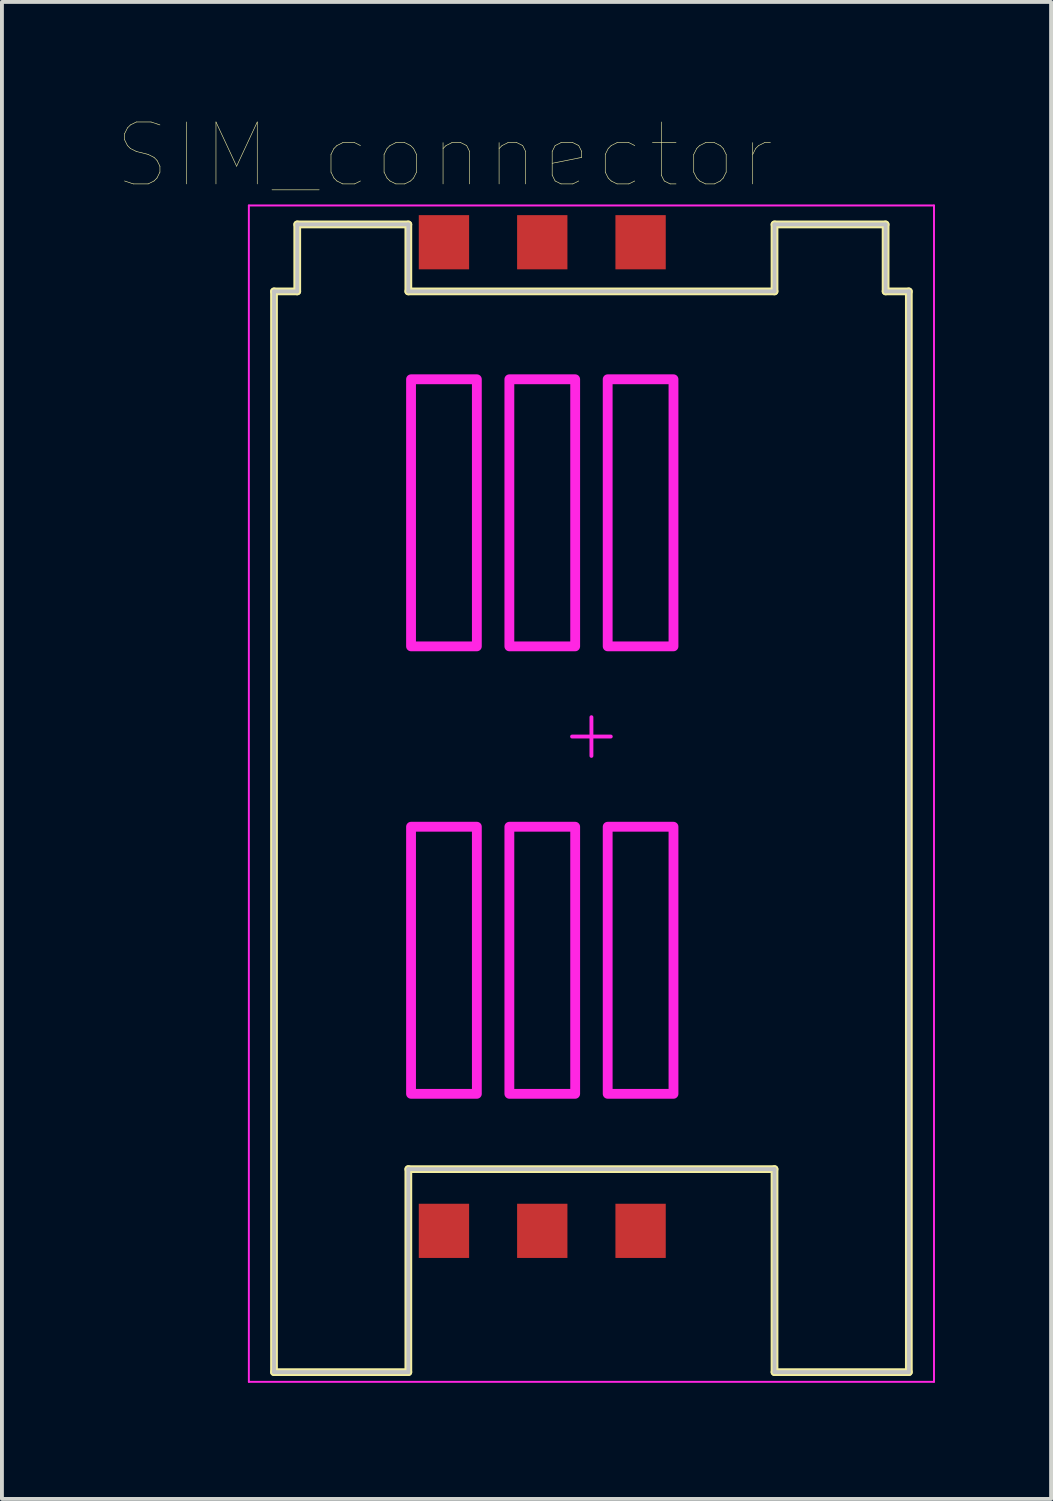
<source format=kicad_pcb>
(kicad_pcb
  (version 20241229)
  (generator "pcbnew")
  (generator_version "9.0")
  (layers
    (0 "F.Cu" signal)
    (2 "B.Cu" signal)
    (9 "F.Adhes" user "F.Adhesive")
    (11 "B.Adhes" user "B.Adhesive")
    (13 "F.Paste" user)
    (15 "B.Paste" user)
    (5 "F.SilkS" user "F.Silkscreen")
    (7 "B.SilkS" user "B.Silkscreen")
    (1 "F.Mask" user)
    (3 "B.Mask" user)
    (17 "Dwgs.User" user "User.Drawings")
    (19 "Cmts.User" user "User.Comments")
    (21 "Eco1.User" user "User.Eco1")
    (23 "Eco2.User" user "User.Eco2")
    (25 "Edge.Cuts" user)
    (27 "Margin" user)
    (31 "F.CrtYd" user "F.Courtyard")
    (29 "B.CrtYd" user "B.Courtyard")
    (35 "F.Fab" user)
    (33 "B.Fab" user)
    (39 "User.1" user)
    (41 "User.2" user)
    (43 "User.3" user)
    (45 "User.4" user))
  (footprint "SIM_connector"
    (layer "F.Cu")
    (at 12.229 15.978)
    (property "Reference" "SIM_connector" (at -3.795 -15.016 0) (layer "F.SilkS") (effects (font (size 1.6 1.6) (thickness 0.015))))
    (attr through_hole)
    (fp_line (start -8.2 -11.5) (end -7.6 -11.5) (stroke (width 0.2) (type solid)) (layer "F.SilkS"))
    (fp_line (start -8.2 16.42) (end -8.2 -11.5) (stroke (width 0.2) (type solid)) (layer "F.SilkS"))
    (fp_line (start -8.2 16.42) (end -4.73 16.42) (stroke (width 0.2) (type solid)) (layer "F.SilkS"))
    (fp_line (start -7.6 -13.23) (end -4.73 -13.23) (stroke (width 0.2) (type solid)) (layer "F.SilkS"))
    (fp_line (start -7.6 -11.5) (end -7.6 -13.23) (stroke (width 0.2) (type solid)) (layer "F.SilkS"))
    (fp_line (start -4.73 -11.5) (end -4.73 -13.23) (stroke (width 0.2) (type solid)) (layer "F.SilkS"))
    (fp_line (start -4.73 -11.5) (end 4.73 -11.5) (stroke (width 0.2) (type solid)) (layer "F.SilkS"))
    (fp_line (start -4.73 11.175) (end 4.73 11.175) (stroke (width 0.2) (type solid)) (layer "F.SilkS"))
    (fp_line (start -4.73 16.42) (end -4.73 11.175) (stroke (width 0.2) (type solid)) (layer "F.SilkS"))
    (fp_line (start 4.73 -13.23) (end 7.6 -13.23) (stroke (width 0.2) (type solid)) (layer "F.SilkS"))
    (fp_line (start 4.73 -11.5) (end 4.73 -13.23) (stroke (width 0.2) (type solid)) (layer "F.SilkS"))
    (fp_line (start 4.73 16.42) (end 4.73 11.175) (stroke (width 0.2) (type solid)) (layer "F.SilkS"))
    (fp_line (start 4.73 16.42) (end 8.2 16.42) (stroke (width 0.2) (type solid)) (layer "F.SilkS"))
    (fp_line (start 7.6 -11.5) (end 7.6 -13.23) (stroke (width 0.2) (type solid)) (layer "F.SilkS"))
    (fp_line (start 7.6 -11.5) (end 8.2 -11.5) (stroke (width 0.2) (type solid)) (layer "F.SilkS"))
    (fp_line (start 8.2 16.42) (end 8.2 -11.5) (stroke (width 0.2) (type solid)) (layer "F.SilkS"))
    (fp_line (start -8.2 -11.5) (end -7.6 -11.5) (stroke (width 0.1) (type solid)) (layer "Dwgs.User"))
    (fp_line (start -8.2 16.42) (end -8.2 -11.5) (stroke (width 0.1) (type solid)) (layer "Dwgs.User"))
    (fp_line (start -8.2 16.42) (end -4.73 16.42) (stroke (width 0.1) (type solid)) (layer "Dwgs.User"))
    (fp_line (start -7.6 -13.23) (end -4.73 -13.23) (stroke (width 0.1) (type solid)) (layer "Dwgs.User"))
    (fp_line (start -7.6 -11.5) (end -7.6 -13.23) (stroke (width 0.1) (type solid)) (layer "Dwgs.User"))
    (fp_line (start -4.73 -11.5) (end -4.73 -13.23) (stroke (width 0.1) (type solid)) (layer "Dwgs.User"))
    (fp_line (start -4.73 -11.5) (end 4.73 -11.5) (stroke (width 0.1) (type solid)) (layer "Dwgs.User"))
    (fp_line (start -4.73 11.175) (end 4.73 11.175) (stroke (width 0.1) (type solid)) (layer "Dwgs.User"))
    (fp_line (start -4.73 16.42) (end -4.73 11.175) (stroke (width 0.1) (type solid)) (layer "Dwgs.User"))
    (fp_line (start 4.73 -13.23) (end 7.6 -13.23) (stroke (width 0.1) (type solid)) (layer "Dwgs.User"))
    (fp_line (start 4.73 -11.5) (end 4.73 -13.23) (stroke (width 0.1) (type solid)) (layer "Dwgs.User"))
    (fp_line (start 4.73 16.42) (end 4.73 11.175) (stroke (width 0.1) (type solid)) (layer "Dwgs.User"))
    (fp_line (start 4.73 16.42) (end 8.2 16.42) (stroke (width 0.1) (type solid)) (layer "Dwgs.User"))
    (fp_line (start 7.6 -11.5) (end 7.6 -13.23) (stroke (width 0.1) (type solid)) (layer "Dwgs.User"))
    (fp_line (start 7.6 -11.5) (end 8.2 -11.5) (stroke (width 0.1) (type solid)) (layer "Dwgs.User"))
    (fp_line (start 8.2 16.42) (end 8.2 -11.5) (stroke (width 0.1) (type solid)) (layer "Dwgs.User"))
    (fp_line (start -8.85 -13.72) (end 8.85 -13.72) (stroke (width 0.05) (type solid)) (layer "F.CrtYd"))
    (fp_line (start -8.85 16.67) (end -8.85 -13.72) (stroke (width 0.05) (type solid)) (layer "F.CrtYd"))
    (fp_line (start -8.85 16.67) (end 8.85 16.67) (stroke (width 0.05) (type solid)) (layer "F.CrtYd"))
    (fp_line (start -0.5 0) (end 0.5 0) (stroke (width 0.1) (type solid)) (layer "F.CrtYd"))
    (fp_line (start 0 0.5) (end 0 -0.5) (stroke (width 0.1) (type solid)) (layer "F.CrtYd"))
    (fp_line (start 8.85 16.67) (end 8.85 -13.72) (stroke (width 0.05) (type solid)) (layer "F.CrtYd"))
    (fp_poly (pts (xy -4.66 -2.33) (xy -2.96 -2.33) (xy -2.96 -9.23) (xy -4.66 -9.23)) (stroke (width 0.254) (type solid)) (fill no) (layer "F.CrtYd"))
    (fp_poly (pts (xy -4.66 9.23) (xy -2.96 9.23) (xy -2.96 2.33) (xy -4.66 2.33)) (stroke (width 0.254) (type solid)) (fill no) (layer "F.CrtYd"))
    (fp_poly (pts (xy -2.12 -2.33) (xy -0.42 -2.33) (xy -0.42 -9.23) (xy -2.12 -9.23)) (stroke (width 0.254) (type solid)) (fill no) (layer "F.CrtYd"))
    (fp_poly (pts (xy -2.12 9.23) (xy -0.42 9.23) (xy -0.42 2.33) (xy -2.12 2.33)) (stroke (width 0.254) (type solid)) (fill no) (layer "F.CrtYd"))
    (fp_poly (pts (xy 0.42 -2.33) (xy 2.12 -2.33) (xy 2.12 -9.23) (xy 0.42 -9.23)) (stroke (width 0.254) (type solid)) (fill no) (layer "F.CrtYd"))
    (fp_poly (pts (xy 0.42 9.23) (xy 2.12 9.23) (xy 2.12 2.33) (xy 0.42 2.33)) (stroke (width 0.254) (type solid)) (fill no) (layer "F.CrtYd"))
    (pad "C1" smd rect (at -3.81 -12.77) (size 1.3 1.4) (layers "F.Cu" "F.Mask" "F.Paste"))
    (pad "C2" smd rect (at -1.27 -12.77) (size 1.3 1.4) (layers "F.Cu" "F.Mask" "F.Paste"))
    (pad "C3" smd rect (at 1.27 -12.77) (size 1.3 1.4) (layers "F.Cu" "F.Mask" "F.Paste"))
    (pad "C5" smd rect (at -3.81 12.77) (size 1.3 1.4) (layers "F.Cu" "F.Mask" "F.Paste"))
    (pad "C6" smd rect (at -1.27 12.77) (size 1.3 1.4) (layers "F.Cu" "F.Mask" "F.Paste"))
    (pad "C7" smd rect (at 1.27 12.77) (size 1.3 1.4) (layers "F.Cu" "F.Mask" "F.Paste")))
  (gr_rect
    (start -3 -3)
    (end 24.104 35.673)
    (stroke (width 0.1) (type default))
    (fill no)
    (layer "Edge.Cuts")))
</source>
